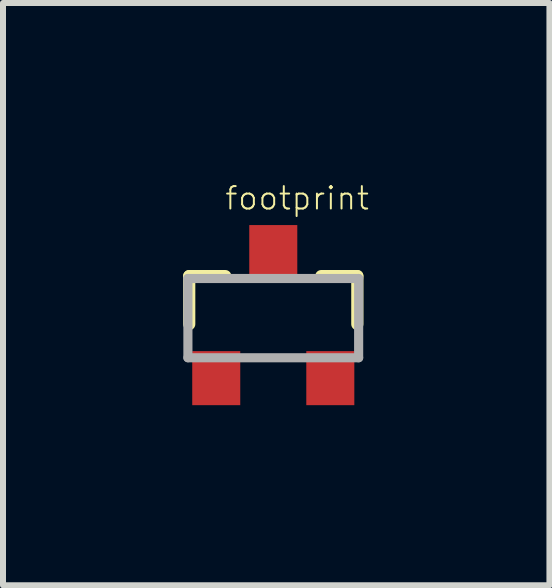
<source format=kicad_pcb>
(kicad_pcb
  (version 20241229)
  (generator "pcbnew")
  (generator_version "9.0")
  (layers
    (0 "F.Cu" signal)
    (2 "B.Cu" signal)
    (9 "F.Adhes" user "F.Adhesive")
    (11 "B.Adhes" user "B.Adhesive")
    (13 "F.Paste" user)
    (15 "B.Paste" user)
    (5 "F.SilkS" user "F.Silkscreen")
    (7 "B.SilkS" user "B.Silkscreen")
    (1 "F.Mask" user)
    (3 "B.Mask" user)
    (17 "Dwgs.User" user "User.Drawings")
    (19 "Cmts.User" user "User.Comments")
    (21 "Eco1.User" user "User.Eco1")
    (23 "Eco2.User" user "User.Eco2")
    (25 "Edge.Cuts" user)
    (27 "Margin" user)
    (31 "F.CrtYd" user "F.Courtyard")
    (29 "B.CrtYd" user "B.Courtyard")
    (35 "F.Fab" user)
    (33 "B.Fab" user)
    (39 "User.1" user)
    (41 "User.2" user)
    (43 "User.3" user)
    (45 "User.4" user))
  (footprint "footprint"
    (layer "F.Cu")
    (at 1.502 2.249)
    (property "Reference" "footprint" (at -0.826 -1.778 0) (layer "F.SilkS") (effects (font (size 0.374 0.374) (thickness 0.033)) (justify left bottom)))
    (fp_line (start -1.4 -0.7) (end -1.4 0.1) (stroke (width 0.203) (type solid)) (layer "F.SilkS"))
    (fp_line (start -0.8 -0.7) (end -1.4 -0.7) (stroke (width 0.203) (type solid)) (layer "F.SilkS"))
    (fp_line (start 0.8 -0.7) (end 1.4 -0.7) (stroke (width 0.203) (type solid)) (layer "F.SilkS"))
    (fp_line (start 1.4 -0.7) (end 1.4 0.1) (stroke (width 0.203) (type solid)) (layer "F.SilkS"))
    (fp_line (start -1.422 -0.66) (end 1.422 -0.66) (stroke (width 0.152) (type solid)) (layer "F.Fab"))
    (fp_line (start -1.422 0.66) (end -1.422 -0.66) (stroke (width 0.152) (type solid)) (layer "F.Fab"))
    (fp_line (start 1.422 -0.66) (end 1.422 0.66) (stroke (width 0.152) (type solid)) (layer "F.Fab"))
    (fp_line (start 1.422 0.66) (end -1.422 0.66) (stroke (width 0.152) (type solid)) (layer "F.Fab"))
    (pad "1" smd rect (at -0.95 1) (size 0.8 0.9) (layers "F.Cu" "F.Mask" "F.Paste"))
    (pad "2" smd rect (at 0.95 1) (size 0.8 0.9) (layers "F.Cu" "F.Mask" "F.Paste"))
    (pad "3" smd rect (at 0 -1.1) (size 0.8 0.9) (layers "F.Cu" "F.Mask" "F.Paste")))
  (gr_rect
    (start -3 -3)
    (end 6.102 6.699)
    (stroke (width 0.1) (type default))
    (fill no)
    (layer "Edge.Cuts")))
</source>
